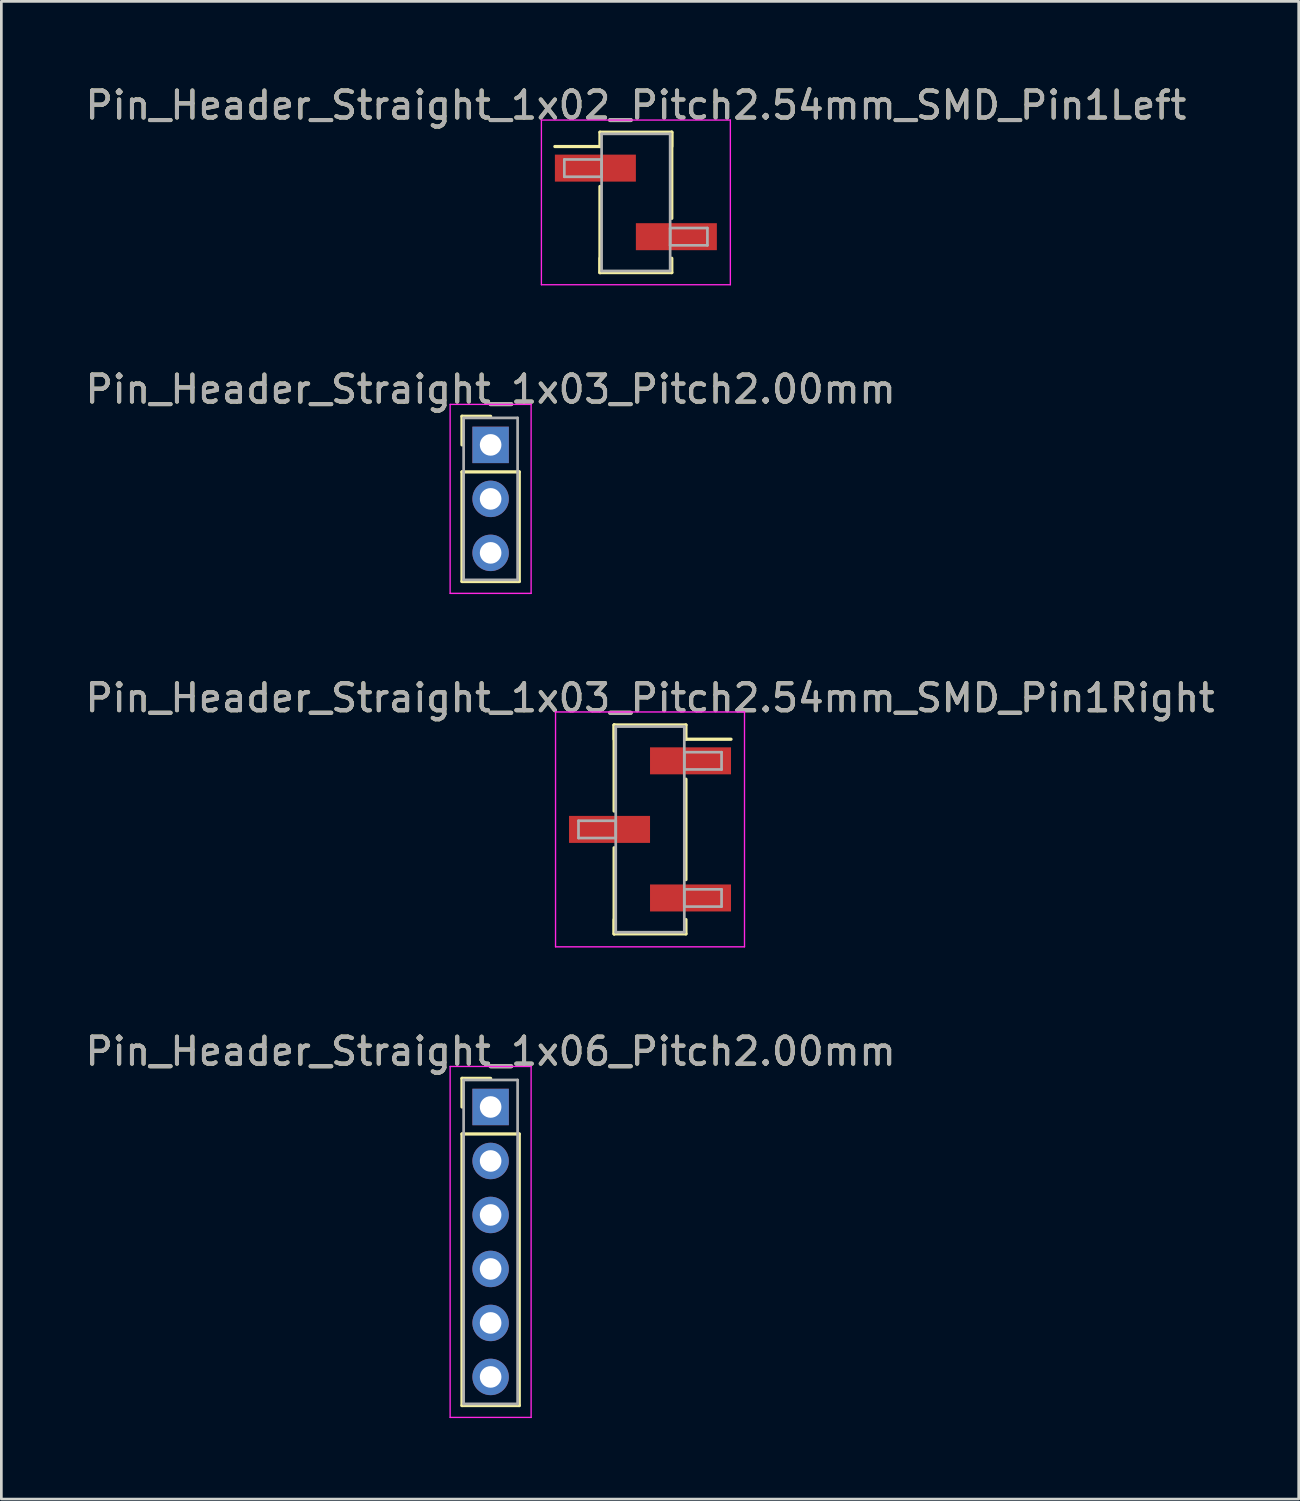
<source format=kicad_pcb>
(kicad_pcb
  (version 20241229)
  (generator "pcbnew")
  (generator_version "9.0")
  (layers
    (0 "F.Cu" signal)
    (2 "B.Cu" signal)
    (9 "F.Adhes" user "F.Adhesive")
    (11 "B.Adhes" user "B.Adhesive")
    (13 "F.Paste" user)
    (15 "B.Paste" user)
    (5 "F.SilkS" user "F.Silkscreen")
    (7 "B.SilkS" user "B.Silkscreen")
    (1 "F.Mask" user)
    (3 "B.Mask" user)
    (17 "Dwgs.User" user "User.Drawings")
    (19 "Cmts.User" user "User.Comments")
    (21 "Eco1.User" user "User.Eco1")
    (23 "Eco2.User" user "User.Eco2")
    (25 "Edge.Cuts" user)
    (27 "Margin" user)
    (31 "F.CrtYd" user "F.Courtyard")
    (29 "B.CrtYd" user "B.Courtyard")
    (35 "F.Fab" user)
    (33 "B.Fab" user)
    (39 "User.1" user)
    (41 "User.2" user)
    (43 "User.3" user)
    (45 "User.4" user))
  (footprint "Pin_Header_Straight_1x03_Pitch2.00mm"
    (layer "F.Cu")
    (at 15.125 13.431)
    (property "Reference" "Pin_Header_Straight_1x03_Pitch2.00mm" (at 0 -2.06 0) (layer "F.SilkS") (effects (font (size 1 1) (thickness 0.15))))
    (attr through_hole)
    (fp_line (start -1.06 -1.06) (end 0 -1.06) (stroke (width 0.12) (type solid)) (layer "F.SilkS"))
    (fp_line (start -1.06 0) (end -1.06 -1.06) (stroke (width 0.12) (type solid)) (layer "F.SilkS"))
    (fp_line (start -1.06 1) (end -1.06 5.06) (stroke (width 0.12) (type solid)) (layer "F.SilkS"))
    (fp_line (start -1.06 5.06) (end 1.06 5.06) (stroke (width 0.12) (type solid)) (layer "F.SilkS"))
    (fp_line (start 1.06 1) (end -1.06 1) (stroke (width 0.12) (type solid)) (layer "F.SilkS"))
    (fp_line (start 1.06 5.06) (end 1.06 1) (stroke (width 0.12) (type solid)) (layer "F.SilkS"))
    (fp_line (start -1.5 -1.5) (end -1.5 5.5) (stroke (width 0.05) (type solid)) (layer "F.CrtYd"))
    (fp_line (start -1.5 5.5) (end 1.5 5.5) (stroke (width 0.05) (type solid)) (layer "F.CrtYd"))
    (fp_line (start 1.5 -1.5) (end -1.5 -1.5) (stroke (width 0.05) (type solid)) (layer "F.CrtYd"))
    (fp_line (start 1.5 5.5) (end 1.5 -1.5) (stroke (width 0.05) (type solid)) (layer "F.CrtYd"))
    (fp_line (start -1 -1) (end -1 5) (stroke (width 0.1) (type solid)) (layer "F.Fab"))
    (fp_line (start -1 5) (end 1 5) (stroke (width 0.1) (type solid)) (layer "F.Fab"))
    (fp_line (start 1 -1) (end -1 -1) (stroke (width 0.1) (type solid)) (layer "F.Fab"))
    (fp_line (start 1 5) (end 1 -1) (stroke (width 0.1) (type solid)) (layer "F.Fab"))
    (fp_text user "${REFERENCE}" (at 0 -2.06 0) (layer "F.Fab") (effects (font (size 1 1) (thickness 0.15))))
    (pad "1" thru_hole rect (at 0 0) (size 1.35 1.35) (drill 0.8) (layers "*.Cu" "*.Mask"))
    (pad "2" thru_hole oval (at 0 2) (size 1.35 1.35) (drill 0.8) (layers "*.Cu" "*.Mask"))
    (pad "3" thru_hole oval (at 0 4) (size 1.35 1.35) (drill 0.8) (layers "*.Cu" "*.Mask")))
  (footprint "Pin_Header_Straight_1x03_Pitch2.54mm_SMD_Pin1Right"
    (layer "F.Cu")
    (at 21.03 27.675)
    (property "Reference" "Pin_Header_Straight_1x03_Pitch2.54mm_SMD_Pin1Right" (at 0 -4.87 0) (layer "F.SilkS") (effects (font (size 1 1) (thickness 0.15))))
    (attr smd)
    (fp_line (start -1.33 -3.87) (end -1.33 -0.68) (stroke (width 0.12) (type solid)) (layer "F.SilkS"))
    (fp_line (start -1.33 -3.87) (end 1.33 -3.87) (stroke (width 0.12) (type solid)) (layer "F.SilkS"))
    (fp_line (start -1.33 -3.34) (end -1.33 -3.87) (stroke (width 0.12) (type solid)) (layer "F.SilkS"))
    (fp_line (start -1.33 0.68) (end -1.33 3.87) (stroke (width 0.12) (type solid)) (layer "F.SilkS"))
    (fp_line (start -1.33 3.34) (end -1.33 3.87) (stroke (width 0.12) (type solid)) (layer "F.SilkS"))
    (fp_line (start -1.33 3.87) (end 1.33 3.87) (stroke (width 0.12) (type solid)) (layer "F.SilkS"))
    (fp_line (start 1.33 -3.87) (end 1.33 -3.34) (stroke (width 0.12) (type solid)) (layer "F.SilkS"))
    (fp_line (start 1.33 -3.34) (end 3 -3.34) (stroke (width 0.12) (type solid)) (layer "F.SilkS"))
    (fp_line (start 1.33 -1.86) (end 1.33 1.86) (stroke (width 0.12) (type solid)) (layer "F.SilkS"))
    (fp_line (start 1.33 3.87) (end 1.33 3.34) (stroke (width 0.12) (type solid)) (layer "F.SilkS"))
    (fp_line (start -3.5 -4.35) (end -3.5 4.35) (stroke (width 0.05) (type solid)) (layer "F.CrtYd"))
    (fp_line (start -3.5 4.35) (end 3.5 4.35) (stroke (width 0.05) (type solid)) (layer "F.CrtYd"))
    (fp_line (start 3.5 -4.35) (end -3.5 -4.35) (stroke (width 0.05) (type solid)) (layer "F.CrtYd"))
    (fp_line (start 3.5 4.35) (end 3.5 -4.35) (stroke (width 0.05) (type solid)) (layer "F.CrtYd"))
    (fp_line (start -2.65 -0.32) (end -1.27 -0.32) (stroke (width 0.1) (type solid)) (layer "F.Fab"))
    (fp_line (start -2.65 0.32) (end -2.65 -0.32) (stroke (width 0.1) (type solid)) (layer "F.Fab"))
    (fp_line (start -1.27 -3.81) (end -1.27 3.81) (stroke (width 0.1) (type solid)) (layer "F.Fab"))
    (fp_line (start -1.27 -0.32) (end -1.27 0.32) (stroke (width 0.1) (type solid)) (layer "F.Fab"))
    (fp_line (start -1.27 0.32) (end -2.65 0.32) (stroke (width 0.1) (type solid)) (layer "F.Fab"))
    (fp_line (start -1.27 3.81) (end 1.27 3.81) (stroke (width 0.1) (type solid)) (layer "F.Fab"))
    (fp_line (start 1.27 -3.81) (end -1.27 -3.81) (stroke (width 0.1) (type solid)) (layer "F.Fab"))
    (fp_line (start 1.27 -2.86) (end 1.27 -2.22) (stroke (width 0.1) (type solid)) (layer "F.Fab"))
    (fp_line (start 1.27 -2.22) (end 2.65 -2.22) (stroke (width 0.1) (type solid)) (layer "F.Fab"))
    (fp_line (start 1.27 2.22) (end 1.27 2.86) (stroke (width 0.1) (type solid)) (layer "F.Fab"))
    (fp_line (start 1.27 2.86) (end 2.65 2.86) (stroke (width 0.1) (type solid)) (layer "F.Fab"))
    (fp_line (start 1.27 3.81) (end 1.27 -3.81) (stroke (width 0.1) (type solid)) (layer "F.Fab"))
    (fp_line (start 2.65 -2.86) (end 1.27 -2.86) (stroke (width 0.1) (type solid)) (layer "F.Fab"))
    (fp_line (start 2.65 -2.22) (end 2.65 -2.86) (stroke (width 0.1) (type solid)) (layer "F.Fab"))
    (fp_line (start 2.65 2.22) (end 1.27 2.22) (stroke (width 0.1) (type solid)) (layer "F.Fab"))
    (fp_line (start 2.65 2.86) (end 2.65 2.22) (stroke (width 0.1) (type solid)) (layer "F.Fab"))
    (fp_text user "${REFERENCE}" (at 0 -4.87 0) (layer "F.Fab") (effects (font (size 1 1) (thickness 0.15))))
    (pad "1" smd rect (at 1.5 -2.54) (size 3 1) (layers "F.Cu" "F.Mask" "F.Paste"))
    (pad "2" smd rect (at -1.5 0) (size 3 1) (layers "F.Cu" "F.Mask" "F.Paste"))
    (pad "3" smd rect (at 1.5 2.54) (size 3 1) (layers "F.Cu" "F.Mask" "F.Paste")))
  (footprint "Pin_Header_Straight_1x06_Pitch2.00mm"
    (layer "F.Cu")
    (at 15.125 37.958)
    (property "Reference" "Pin_Header_Straight_1x06_Pitch2.00mm" (at 0 -2.06 0) (layer "F.SilkS") (effects (font (size 1 1) (thickness 0.15))))
    (attr through_hole)
    (fp_line (start -1.06 -1.06) (end 0 -1.06) (stroke (width 0.12) (type solid)) (layer "F.SilkS"))
    (fp_line (start -1.06 0) (end -1.06 -1.06) (stroke (width 0.12) (type solid)) (layer "F.SilkS"))
    (fp_line (start -1.06 1) (end -1.06 11.06) (stroke (width 0.12) (type solid)) (layer "F.SilkS"))
    (fp_line (start -1.06 11.06) (end 1.06 11.06) (stroke (width 0.12) (type solid)) (layer "F.SilkS"))
    (fp_line (start 1.06 1) (end -1.06 1) (stroke (width 0.12) (type solid)) (layer "F.SilkS"))
    (fp_line (start 1.06 11.06) (end 1.06 1) (stroke (width 0.12) (type solid)) (layer "F.SilkS"))
    (fp_line (start -1.5 -1.5) (end -1.5 11.5) (stroke (width 0.05) (type solid)) (layer "F.CrtYd"))
    (fp_line (start -1.5 11.5) (end 1.5 11.5) (stroke (width 0.05) (type solid)) (layer "F.CrtYd"))
    (fp_line (start 1.5 -1.5) (end -1.5 -1.5) (stroke (width 0.05) (type solid)) (layer "F.CrtYd"))
    (fp_line (start 1.5 11.5) (end 1.5 -1.5) (stroke (width 0.05) (type solid)) (layer "F.CrtYd"))
    (fp_line (start -1 -1) (end -1 11) (stroke (width 0.1) (type solid)) (layer "F.Fab"))
    (fp_line (start -1 11) (end 1 11) (stroke (width 0.1) (type solid)) (layer "F.Fab"))
    (fp_line (start 1 -1) (end -1 -1) (stroke (width 0.1) (type solid)) (layer "F.Fab"))
    (fp_line (start 1 11) (end 1 -1) (stroke (width 0.1) (type solid)) (layer "F.Fab"))
    (fp_text user "${REFERENCE}" (at 0 -2.06 0) (layer "F.Fab") (effects (font (size 1 1) (thickness 0.15))))
    (pad "1" thru_hole rect (at 0 0) (size 1.35 1.35) (drill 0.8) (layers "*.Cu" "*.Mask"))
    (pad "2" thru_hole oval (at 0 2) (size 1.35 1.35) (drill 0.8) (layers "*.Cu" "*.Mask"))
    (pad "3" thru_hole oval (at 0 4) (size 1.35 1.35) (drill 0.8) (layers "*.Cu" "*.Mask"))
    (pad "4" thru_hole oval (at 0 6) (size 1.35 1.35) (drill 0.8) (layers "*.Cu" "*.Mask"))
    (pad "5" thru_hole oval (at 0 8) (size 1.35 1.35) (drill 0.8) (layers "*.Cu" "*.Mask"))
    (pad "6" thru_hole oval (at 0 10) (size 1.35 1.35) (drill 0.8) (layers "*.Cu" "*.Mask")))
  (footprint "Pin_Header_Straight_1x02_Pitch2.54mm_SMD_Pin1Left"
    (layer "F.Cu")
    (at 20.506 4.448)
    (property "Reference" "Pin_Header_Straight_1x02_Pitch2.54mm_SMD_Pin1Left" (at 0 -3.6 0) (layer "F.SilkS") (effects (font (size 1 1) (thickness 0.15))))
    (attr smd)
    (fp_line (start -1.33 -2.6) (end 1.33 -2.6) (stroke (width 0.12) (type solid)) (layer "F.SilkS"))
    (fp_line (start -1.33 -2.07) (end -3 -2.07) (stroke (width 0.12) (type solid)) (layer "F.SilkS"))
    (fp_line (start -1.33 -2.07) (end -1.33 -2.6) (stroke (width 0.12) (type solid)) (layer "F.SilkS"))
    (fp_line (start -1.33 -0.59) (end -1.33 2.6) (stroke (width 0.12) (type solid)) (layer "F.SilkS"))
    (fp_line (start -1.33 2.07) (end -1.33 2.6) (stroke (width 0.12) (type solid)) (layer "F.SilkS"))
    (fp_line (start -1.33 2.6) (end 1.33 2.6) (stroke (width 0.12) (type solid)) (layer "F.SilkS"))
    (fp_line (start 1.33 -2.6) (end 1.33 -2.07) (stroke (width 0.12) (type solid)) (layer "F.SilkS"))
    (fp_line (start 1.33 -2.6) (end 1.33 0.59) (stroke (width 0.12) (type solid)) (layer "F.SilkS"))
    (fp_line (start 1.33 2.6) (end 1.33 2.07) (stroke (width 0.12) (type solid)) (layer "F.SilkS"))
    (fp_line (start -3.5 -3.05) (end -3.5 3.05) (stroke (width 0.05) (type solid)) (layer "F.CrtYd"))
    (fp_line (start -3.5 3.05) (end 3.5 3.05) (stroke (width 0.05) (type solid)) (layer "F.CrtYd"))
    (fp_line (start 3.5 -3.05) (end -3.5 -3.05) (stroke (width 0.05) (type solid)) (layer "F.CrtYd"))
    (fp_line (start 3.5 3.05) (end 3.5 -3.05) (stroke (width 0.05) (type solid)) (layer "F.CrtYd"))
    (fp_line (start -2.65 -1.59) (end -1.27 -1.59) (stroke (width 0.1) (type solid)) (layer "F.Fab"))
    (fp_line (start -2.65 -0.95) (end -2.65 -1.59) (stroke (width 0.1) (type solid)) (layer "F.Fab"))
    (fp_line (start -1.27 -2.54) (end -1.27 2.54) (stroke (width 0.1) (type solid)) (layer "F.Fab"))
    (fp_line (start -1.27 -1.59) (end -1.27 -0.95) (stroke (width 0.1) (type solid)) (layer "F.Fab"))
    (fp_line (start -1.27 -0.95) (end -2.65 -0.95) (stroke (width 0.1) (type solid)) (layer "F.Fab"))
    (fp_line (start -1.27 2.54) (end 1.27 2.54) (stroke (width 0.1) (type solid)) (layer "F.Fab"))
    (fp_line (start 1.27 -2.54) (end -1.27 -2.54) (stroke (width 0.1) (type solid)) (layer "F.Fab"))
    (fp_line (start 1.27 0.95) (end 1.27 1.59) (stroke (width 0.1) (type solid)) (layer "F.Fab"))
    (fp_line (start 1.27 1.59) (end 2.65 1.59) (stroke (width 0.1) (type solid)) (layer "F.Fab"))
    (fp_line (start 1.27 2.54) (end 1.27 -2.54) (stroke (width 0.1) (type solid)) (layer "F.Fab"))
    (fp_line (start 2.65 0.95) (end 1.27 0.95) (stroke (width 0.1) (type solid)) (layer "F.Fab"))
    (fp_line (start 2.65 1.59) (end 2.65 0.95) (stroke (width 0.1) (type solid)) (layer "F.Fab"))
    (fp_text user "${REFERENCE}" (at 0 -3.6 0) (layer "F.Fab") (effects (font (size 1 1) (thickness 0.15))))
    (pad "1" smd rect (at -1.5 -1.27) (size 3 1) (layers "F.Cu" "F.Mask" "F.Paste"))
    (pad "2" smd rect (at 1.5 1.27) (size 3 1) (layers "F.Cu" "F.Mask" "F.Paste")))
  (gr_rect
    (start -3 -3)
    (end 45.06 52.483)
    (stroke (width 0.1) (type default))
    (fill no)
    (layer "Edge.Cuts")))
</source>
